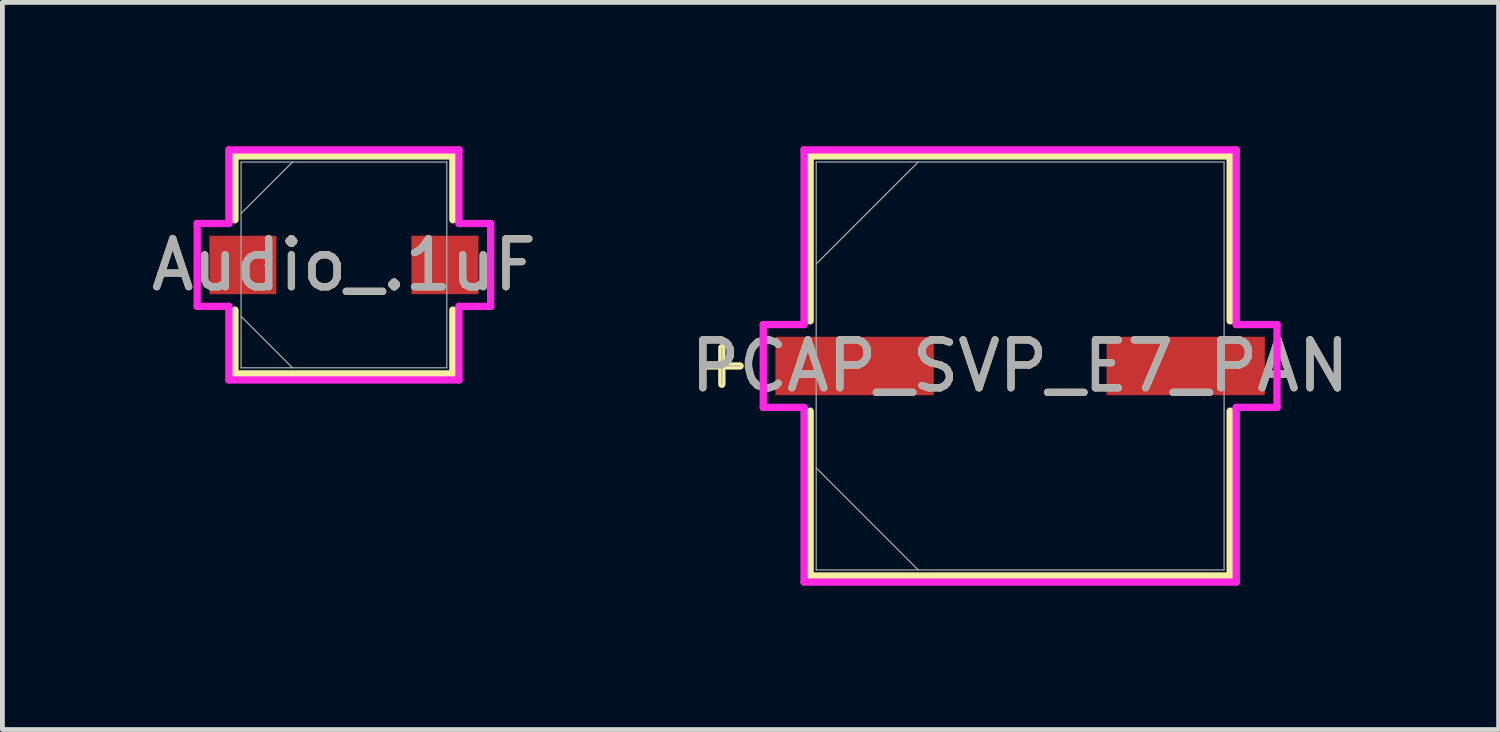
<source format=kicad_pcb>
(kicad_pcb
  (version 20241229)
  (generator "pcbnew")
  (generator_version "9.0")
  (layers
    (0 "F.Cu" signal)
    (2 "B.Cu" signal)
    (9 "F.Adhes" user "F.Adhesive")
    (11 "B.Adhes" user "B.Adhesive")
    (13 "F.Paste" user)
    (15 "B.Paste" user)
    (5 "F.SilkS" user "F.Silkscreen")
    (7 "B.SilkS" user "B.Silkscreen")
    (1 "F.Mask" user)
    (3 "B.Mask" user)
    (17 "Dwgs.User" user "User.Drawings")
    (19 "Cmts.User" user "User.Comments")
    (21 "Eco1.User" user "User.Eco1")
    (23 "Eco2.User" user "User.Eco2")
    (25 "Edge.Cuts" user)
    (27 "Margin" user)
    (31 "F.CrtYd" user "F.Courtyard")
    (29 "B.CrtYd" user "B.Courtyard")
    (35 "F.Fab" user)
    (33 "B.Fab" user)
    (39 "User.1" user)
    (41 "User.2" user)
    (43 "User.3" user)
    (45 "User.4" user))
  (footprint "Audio_.1uF"
    (layer "F.Cu")
    (at 4.125 2.477)
    (property "Reference" "Audio_.1uF" (at 0 0 0) (unlocked yes) (layer "F.SilkS") (effects (font (size 1 1) (thickness 0.15))))
    (attr smd)
    (fp_line (start -2.273 -2.273) (end -2.273 -0.942) (stroke (width 0.152) (type solid)) (layer "F.SilkS"))
    (fp_line (start -2.273 0.942) (end -2.273 2.273) (stroke (width 0.152) (type solid)) (layer "F.SilkS"))
    (fp_line (start -2.273 2.273) (end 2.273 2.273) (stroke (width 0.152) (type solid)) (layer "F.SilkS"))
    (fp_line (start 2.273 -2.273) (end -2.273 -2.273) (stroke (width 0.152) (type solid)) (layer "F.SilkS"))
    (fp_line (start 2.273 -0.942) (end 2.273 -2.273) (stroke (width 0.152) (type solid)) (layer "F.SilkS"))
    (fp_line (start 2.273 2.273) (end 2.273 0.942) (stroke (width 0.152) (type solid)) (layer "F.SilkS"))
    (fp_line (start -3.061 -0.864) (end -2.4 -0.864) (stroke (width 0.152) (type solid)) (layer "F.CrtYd"))
    (fp_line (start -3.061 0.864) (end -3.061 -0.864) (stroke (width 0.152) (type solid)) (layer "F.CrtYd"))
    (fp_line (start -2.4 -2.4) (end 2.4 -2.4) (stroke (width 0.152) (type solid)) (layer "F.CrtYd"))
    (fp_line (start -2.4 -0.864) (end -2.4 -2.4) (stroke (width 0.152) (type solid)) (layer "F.CrtYd"))
    (fp_line (start -2.4 0.864) (end -3.061 0.864) (stroke (width 0.152) (type solid)) (layer "F.CrtYd"))
    (fp_line (start -2.4 2.4) (end -2.4 0.864) (stroke (width 0.152) (type solid)) (layer "F.CrtYd"))
    (fp_line (start 2.4 -2.4) (end 2.4 -0.864) (stroke (width 0.152) (type solid)) (layer "F.CrtYd"))
    (fp_line (start 2.4 -0.864) (end 3.061 -0.864) (stroke (width 0.152) (type solid)) (layer "F.CrtYd"))
    (fp_line (start 2.4 0.864) (end 2.4 2.4) (stroke (width 0.152) (type solid)) (layer "F.CrtYd"))
    (fp_line (start 2.4 2.4) (end -2.4 2.4) (stroke (width 0.152) (type solid)) (layer "F.CrtYd"))
    (fp_line (start 3.061 -0.864) (end 3.061 0.864) (stroke (width 0.152) (type solid)) (layer "F.CrtYd"))
    (fp_line (start 3.061 0.864) (end 2.4 0.864) (stroke (width 0.152) (type solid)) (layer "F.CrtYd"))
    (fp_line (start -2.146 -2.146) (end -2.146 2.146) (stroke (width 0.025) (type solid)) (layer "F.Fab"))
    (fp_line (start -2.146 -1.073) (end -1.073 -2.146) (stroke (width 0.025) (type solid)) (layer "F.Fab"))
    (fp_line (start -2.146 1.073) (end -1.073 2.146) (stroke (width 0.025) (type solid)) (layer "F.Fab"))
    (fp_line (start -2.146 2.146) (end 2.146 2.146) (stroke (width 0.025) (type solid)) (layer "F.Fab"))
    (fp_line (start 2.146 -2.146) (end -2.146 -2.146) (stroke (width 0.025) (type solid)) (layer "F.Fab"))
    (fp_line (start 2.146 2.146) (end 2.146 -2.146) (stroke (width 0.025) (type solid)) (layer "F.Fab"))
    (fp_circle (center -1.638 0) (end -1.638 0) (stroke (width 0.025) (type solid)) (fill no) (layer "F.Fab"))
    (fp_text user "${REFERENCE}" (at 0 0 0) (unlocked yes) (layer "F.Fab") (effects (font (size 1 1) (thickness 0.15))))
    (pad "1" smd rect (at -2.108 0) (size 1.397 1.219) (layers "F.Cu" "F.Mask" "F.Paste"))
    (pad "2" smd rect (at 2.108 0) (size 1.397 1.219) (layers "F.Cu" "F.Mask" "F.Paste"))
    (zone (net_name "") (layer "F.Cu") (hatch full 0.508) (connect_pads) (min_thickness 0.254) (filled_areas_thickness no) (keepout (tracks not_allowed) (vias not_allowed) (pads allowed) (copperpour not_allowed) (footprints allowed)) (placement (enabled no)) (fill) (polygon (pts (xy 2.03 0.381) (xy 6.221 0.381) (xy 6.221 1.816) (xy 2.03 1.816))))
    (zone (net_name "") (layer "F.Cu") (hatch full 0.508) (connect_pads) (min_thickness 0.254) (filled_areas_thickness no) (keepout (tracks not_allowed) (vias not_allowed) (pads allowed) (copperpour not_allowed) (footprints allowed)) (placement (enabled no)) (fill) (polygon (pts (xy 2.03 3.137) (xy 6.221 3.137) (xy 6.221 4.572) (xy 2.03 4.572))))
    (zone (net_name "") (layer "F.Cu") (hatch full 0.508) (connect_pads) (min_thickness 0.254) (filled_areas_thickness no) (keepout (tracks not_allowed) (vias not_allowed) (pads allowed) (copperpour not_allowed) (footprints allowed)) (placement (enabled no)) (fill) (polygon (pts (xy 2.766 1.816) (xy 5.484 1.816) (xy 5.484 3.137) (xy 2.766 3.137)))))
  (footprint "PCAP_SVP_E7_PAN"
    (layer "F.Cu")
    (at 18.232 4.585)
    (property "Reference" "PCAP_SVP_E7_PAN" (at 0 0 0) (unlocked yes) (layer "F.SilkS") (effects (font (size 1 1) (thickness 0.15))))
    (attr smd)
    (fp_line (start -6.223 -0.381) (end -6.223 0.381) (stroke (width 0.152) (type solid)) (layer "F.SilkS"))
    (fp_line (start -5.842 0) (end -6.604 0) (stroke (width 0.152) (type solid)) (layer "F.SilkS"))
    (fp_line (start -4.381 -4.381) (end -4.381 -0.942) (stroke (width 0.152) (type solid)) (layer "F.SilkS"))
    (fp_line (start -4.381 0.942) (end -4.381 4.381) (stroke (width 0.152) (type solid)) (layer "F.SilkS"))
    (fp_line (start -4.381 4.381) (end 4.381 4.381) (stroke (width 0.152) (type solid)) (layer "F.SilkS"))
    (fp_line (start 4.381 -4.381) (end -4.381 -4.381) (stroke (width 0.152) (type solid)) (layer "F.SilkS"))
    (fp_line (start 4.381 -0.942) (end 4.381 -4.381) (stroke (width 0.152) (type solid)) (layer "F.SilkS"))
    (fp_line (start 4.381 4.381) (end 4.381 0.942) (stroke (width 0.152) (type solid)) (layer "F.SilkS"))
    (fp_line (start -5.359 -0.864) (end -4.508 -0.864) (stroke (width 0.152) (type solid)) (layer "F.CrtYd"))
    (fp_line (start -5.359 0.864) (end -5.359 -0.864) (stroke (width 0.152) (type solid)) (layer "F.CrtYd"))
    (fp_line (start -4.508 -4.508) (end 4.508 -4.508) (stroke (width 0.152) (type solid)) (layer "F.CrtYd"))
    (fp_line (start -4.508 -0.864) (end -4.508 -4.508) (stroke (width 0.152) (type solid)) (layer "F.CrtYd"))
    (fp_line (start -4.508 0.864) (end -5.359 0.864) (stroke (width 0.152) (type solid)) (layer "F.CrtYd"))
    (fp_line (start -4.508 4.508) (end -4.508 0.864) (stroke (width 0.152) (type solid)) (layer "F.CrtYd"))
    (fp_line (start 4.508 -4.508) (end 4.508 -0.864) (stroke (width 0.152) (type solid)) (layer "F.CrtYd"))
    (fp_line (start 4.508 -0.864) (end 5.359 -0.864) (stroke (width 0.152) (type solid)) (layer "F.CrtYd"))
    (fp_line (start 4.508 0.864) (end 4.508 4.508) (stroke (width 0.152) (type solid)) (layer "F.CrtYd"))
    (fp_line (start 4.508 4.508) (end -4.508 4.508) (stroke (width 0.152) (type solid)) (layer "F.CrtYd"))
    (fp_line (start 5.359 -0.864) (end 5.359 0.864) (stroke (width 0.152) (type solid)) (layer "F.CrtYd"))
    (fp_line (start 5.359 0.864) (end 4.508 0.864) (stroke (width 0.152) (type solid)) (layer "F.CrtYd"))
    (fp_line (start -6.223 -0.381) (end -6.223 0.381) (stroke (width 0.025) (type solid)) (layer "F.Fab"))
    (fp_line (start -5.842 0) (end -6.604 0) (stroke (width 0.025) (type solid)) (layer "F.Fab"))
    (fp_line (start -4.255 -4.255) (end -4.255 4.255) (stroke (width 0.025) (type solid)) (layer "F.Fab"))
    (fp_line (start -4.255 -2.127) (end -2.127 -4.255) (stroke (width 0.025) (type solid)) (layer "F.Fab"))
    (fp_line (start -4.255 2.127) (end -2.127 4.255) (stroke (width 0.025) (type solid)) (layer "F.Fab"))
    (fp_line (start -4.255 4.255) (end 4.255 4.255) (stroke (width 0.025) (type solid)) (layer "F.Fab"))
    (fp_line (start 4.255 -4.255) (end -4.255 -4.255) (stroke (width 0.025) (type solid)) (layer "F.Fab"))
    (fp_line (start 4.255 4.255) (end 4.255 -4.255) (stroke (width 0.025) (type solid)) (layer "F.Fab"))
    (fp_text user "${REFERENCE}" (at 0 0 0) (unlocked yes) (layer "F.Fab") (effects (font (size 1 1) (thickness 0.15))))
    (pad "1" smd rect (at -3.454 0) (size 3.302 1.219) (layers "F.Cu" "F.Mask" "F.Paste"))
    (pad "2" smd rect (at 3.454 0) (size 3.302 1.219) (layers "F.Cu" "F.Mask" "F.Paste"))
    (zone (net_name "") (layer "F.Cu") (hatch full 0.508) (connect_pads) (min_thickness 0.254) (filled_areas_thickness no) (keepout (tracks not_allowed) (vias not_allowed) (pads allowed) (copperpour not_allowed) (footprints allowed)) (placement (enabled no)) (fill) (polygon (pts (xy 14.028 0.381) (xy 22.436 0.381) (xy 22.436 3.924) (xy 14.028 3.924))))
    (zone (net_name "") (layer "F.Cu") (hatch full 0.508) (connect_pads) (min_thickness 0.254) (filled_areas_thickness no) (keepout (tracks not_allowed) (vias not_allowed) (pads allowed) (copperpour not_allowed) (footprints allowed)) (placement (enabled no)) (fill) (polygon (pts (xy 14.028 5.245) (xy 22.436 5.245) (xy 22.436 8.788) (xy 14.028 8.788))))
    (zone (net_name "") (layer "F.Cu") (hatch full 0.508) (connect_pads) (min_thickness 0.254) (filled_areas_thickness no) (keepout (tracks not_allowed) (vias not_allowed) (pads allowed) (copperpour not_allowed) (footprints allowed)) (placement (enabled no)) (fill) (polygon (pts (xy 16.48 3.924) (xy 19.985 3.924) (xy 19.985 5.245) (xy 16.48 5.245)))))
  (gr_rect
    (start -3 -3)
    (end 28.214 12.169)
    (stroke (width 0.1) (type default))
    (fill no)
    (layer "Edge.Cuts")))
</source>
